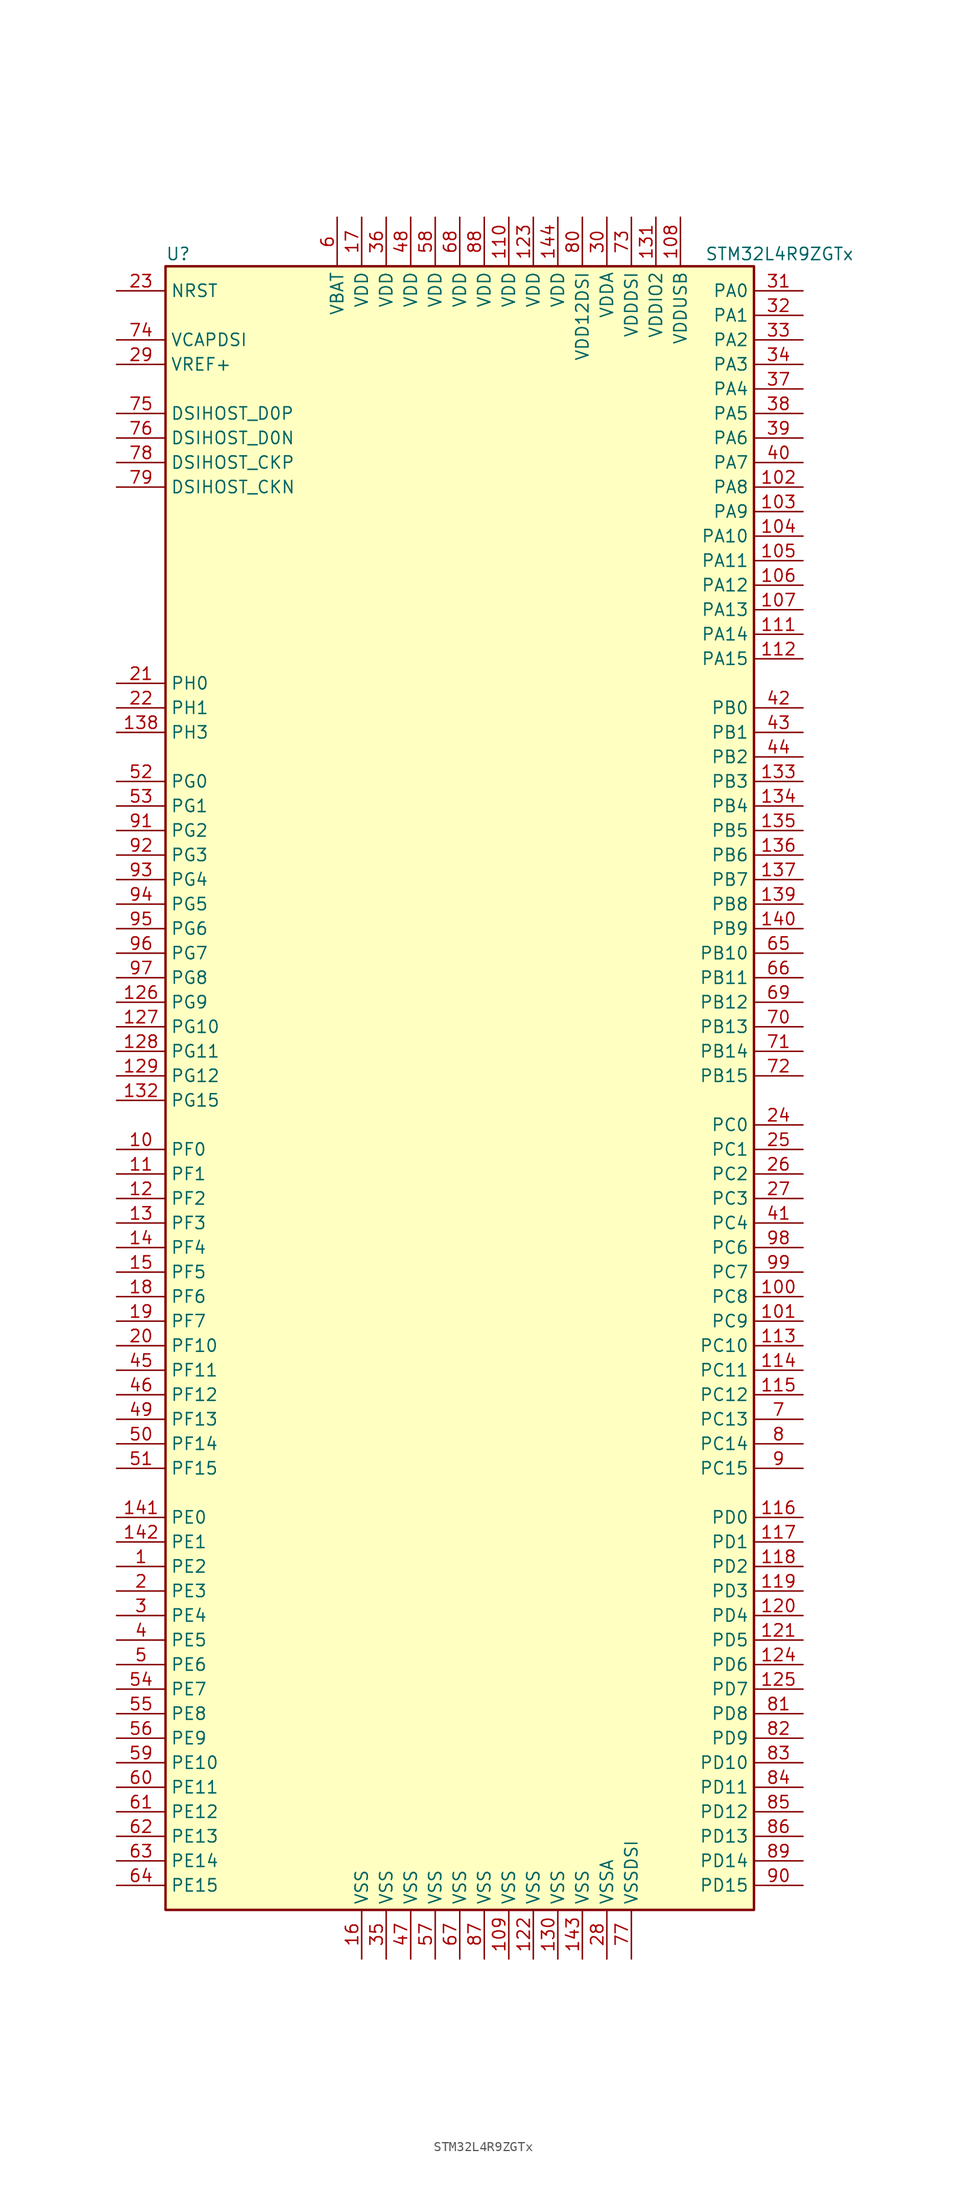
<source format=kicad_sym>
(kicad_symbol_lib
  (version 20220914)
  (generator kicad_symbol_editor)
  (symbol "STM32L4R9ZGTx"
    (property "Reference" "U"
      (at -30.48 85.09 0)
      (effects (font (size 1.27 1.27)) (justify left)))
    (property "Value" "STM32L4R9ZGTx"
      (at 25.4 85.09 0)
      (effects (font (size 1.27 1.27)) (justify left)))
    (symbol "STM32L4R9ZGTx_0_1"
      (rectangle (start -30.48 -86.36) (end 30.48 83.82) (stroke (width 0.254) (type default)) (fill (type background))))
    (symbol "STM32L4R9ZGTx_1_1"
      (pin bidirectional line (at -35.56 -50.8 0) (length 5.08) (name "PE2" (effects (font (size 1.27 1.27)))) (number "1" (effects (font (size 1.27 1.27)))))
      (pin bidirectional line (at -35.56 -7.62 0) (length 5.08) (name "PF0" (effects (font (size 1.27 1.27)))) (number "10" (effects (font (size 1.27 1.27)))))
      (pin bidirectional line (at 35.56 -22.86 180) (length 5.08) (name "PC8" (effects (font (size 1.27 1.27)))) (number "100" (effects (font (size 1.27 1.27)))))
      (pin bidirectional line (at 35.56 -25.4 180) (length 5.08) (name "PC9" (effects (font (size 1.27 1.27)))) (number "101" (effects (font (size 1.27 1.27)))))
      (pin bidirectional line (at 35.56 60.96 180) (length 5.08) (name "PA8" (effects (font (size 1.27 1.27)))) (number "102" (effects (font (size 1.27 1.27)))))
      (pin bidirectional line (at 35.56 58.42 180) (length 5.08) (name "PA9" (effects (font (size 1.27 1.27)))) (number "103" (effects (font (size 1.27 1.27)))))
      (pin bidirectional line (at 35.56 55.88 180) (length 5.08) (name "PA10" (effects (font (size 1.27 1.27)))) (number "104" (effects (font (size 1.27 1.27)))))
      (pin bidirectional line (at 35.56 53.34 180) (length 5.08) (name "PA11" (effects (font (size 1.27 1.27)))) (number "105" (effects (font (size 1.27 1.27)))))
      (pin bidirectional line (at 35.56 50.8 180) (length 5.08) (name "PA12" (effects (font (size 1.27 1.27)))) (number "106" (effects (font (size 1.27 1.27)))))
      (pin bidirectional line (at 35.56 48.26 180) (length 5.08) (name "PA13" (effects (font (size 1.27 1.27)))) (number "107" (effects (font (size 1.27 1.27)))))
      (pin power_in line (at 22.86 88.9 270) (length 5.08) (name "VDDUSB" (effects (font (size 1.27 1.27)))) (number "108" (effects (font (size 1.27 1.27)))))
      (pin power_in line (at 5.08 -91.44 90) (length 5.08) (name "VSS" (effects (font (size 1.27 1.27)))) (number "109" (effects (font (size 1.27 1.27)))))
      (pin bidirectional line (at -35.56 -10.16 0) (length 5.08) (name "PF1" (effects (font (size 1.27 1.27)))) (number "11" (effects (font (size 1.27 1.27)))))
      (pin power_in line (at 5.08 88.9 270) (length 5.08) (name "VDD" (effects (font (size 1.27 1.27)))) (number "110" (effects (font (size 1.27 1.27)))))
      (pin bidirectional line (at 35.56 45.72 180) (length 5.08) (name "PA14" (effects (font (size 1.27 1.27)))) (number "111" (effects (font (size 1.27 1.27)))))
      (pin bidirectional line (at 35.56 43.18 180) (length 5.08) (name "PA15" (effects (font (size 1.27 1.27)))) (number "112" (effects (font (size 1.27 1.27)))))
      (pin bidirectional line (at 35.56 -27.94 180) (length 5.08) (name "PC10" (effects (font (size 1.27 1.27)))) (number "113" (effects (font (size 1.27 1.27)))))
      (pin bidirectional line (at 35.56 -30.48 180) (length 5.08) (name "PC11" (effects (font (size 1.27 1.27)))) (number "114" (effects (font (size 1.27 1.27)))))
      (pin bidirectional line (at 35.56 -33.02 180) (length 5.08) (name "PC12" (effects (font (size 1.27 1.27)))) (number "115" (effects (font (size 1.27 1.27)))))
      (pin bidirectional line (at 35.56 -45.72 180) (length 5.08) (name "PD0" (effects (font (size 1.27 1.27)))) (number "116" (effects (font (size 1.27 1.27)))))
      (pin bidirectional line (at 35.56 -48.26 180) (length 5.08) (name "PD1" (effects (font (size 1.27 1.27)))) (number "117" (effects (font (size 1.27 1.27)))))
      (pin bidirectional line (at 35.56 -50.8 180) (length 5.08) (name "PD2" (effects (font (size 1.27 1.27)))) (number "118" (effects (font (size 1.27 1.27)))))
      (pin bidirectional line (at 35.56 -53.34 180) (length 5.08) (name "PD3" (effects (font (size 1.27 1.27)))) (number "119" (effects (font (size 1.27 1.27)))))
      (pin bidirectional line (at -35.56 -12.7 0) (length 5.08) (name "PF2" (effects (font (size 1.27 1.27)))) (number "12" (effects (font (size 1.27 1.27)))))
      (pin bidirectional line (at 35.56 -55.88 180) (length 5.08) (name "PD4" (effects (font (size 1.27 1.27)))) (number "120" (effects (font (size 1.27 1.27)))))
      (pin bidirectional line (at 35.56 -58.42 180) (length 5.08) (name "PD5" (effects (font (size 1.27 1.27)))) (number "121" (effects (font (size 1.27 1.27)))))
      (pin power_in line (at 7.62 -91.44 90) (length 5.08) (name "VSS" (effects (font (size 1.27 1.27)))) (number "122" (effects (font (size 1.27 1.27)))))
      (pin power_in line (at 7.62 88.9 270) (length 5.08) (name "VDD" (effects (font (size 1.27 1.27)))) (number "123" (effects (font (size 1.27 1.27)))))
      (pin bidirectional line (at 35.56 -60.96 180) (length 5.08) (name "PD6" (effects (font (size 1.27 1.27)))) (number "124" (effects (font (size 1.27 1.27)))))
      (pin bidirectional line (at 35.56 -63.5 180) (length 5.08) (name "PD7" (effects (font (size 1.27 1.27)))) (number "125" (effects (font (size 1.27 1.27)))))
      (pin bidirectional line (at -35.56 7.62 0) (length 5.08) (name "PG9" (effects (font (size 1.27 1.27)))) (number "126" (effects (font (size 1.27 1.27)))))
      (pin bidirectional line (at -35.56 5.08 0) (length 5.08) (name "PG10" (effects (font (size 1.27 1.27)))) (number "127" (effects (font (size 1.27 1.27)))))
      (pin bidirectional line (at -35.56 2.54 0) (length 5.08) (name "PG11" (effects (font (size 1.27 1.27)))) (number "128" (effects (font (size 1.27 1.27)))))
      (pin bidirectional line (at -35.56 0 0) (length 5.08) (name "PG12" (effects (font (size 1.27 1.27)))) (number "129" (effects (font (size 1.27 1.27)))))
      (pin bidirectional line (at -35.56 -15.24 0) (length 5.08) (name "PF3" (effects (font (size 1.27 1.27)))) (number "13" (effects (font (size 1.27 1.27)))))
      (pin power_in line (at 10.16 -91.44 90) (length 5.08) (name "VSS" (effects (font (size 1.27 1.27)))) (number "130" (effects (font (size 1.27 1.27)))))
      (pin power_in line (at 20.32 88.9 270) (length 5.08) (name "VDDIO2" (effects (font (size 1.27 1.27)))) (number "131" (effects (font (size 1.27 1.27)))))
      (pin bidirectional line (at -35.56 -2.54 0) (length 5.08) (name "PG15" (effects (font (size 1.27 1.27)))) (number "132" (effects (font (size 1.27 1.27)))))
      (pin bidirectional line (at 35.56 30.48 180) (length 5.08) (name "PB3" (effects (font (size 1.27 1.27)))) (number "133" (effects (font (size 1.27 1.27)))))
      (pin bidirectional line (at 35.56 27.94 180) (length 5.08) (name "PB4" (effects (font (size 1.27 1.27)))) (number "134" (effects (font (size 1.27 1.27)))))
      (pin bidirectional line (at 35.56 25.4 180) (length 5.08) (name "PB5" (effects (font (size 1.27 1.27)))) (number "135" (effects (font (size 1.27 1.27)))))
      (pin bidirectional line (at 35.56 22.86 180) (length 5.08) (name "PB6" (effects (font (size 1.27 1.27)))) (number "136" (effects (font (size 1.27 1.27)))))
      (pin bidirectional line (at 35.56 20.32 180) (length 5.08) (name "PB7" (effects (font (size 1.27 1.27)))) (number "137" (effects (font (size 1.27 1.27)))))
      (pin bidirectional line (at -35.56 35.56 0) (length 5.08) (name "PH3" (effects (font (size 1.27 1.27)))) (number "138" (effects (font (size 1.27 1.27)))))
      (pin bidirectional line (at 35.56 17.78 180) (length 5.08) (name "PB8" (effects (font (size 1.27 1.27)))) (number "139" (effects (font (size 1.27 1.27)))))
      (pin bidirectional line (at -35.56 -17.78 0) (length 5.08) (name "PF4" (effects (font (size 1.27 1.27)))) (number "14" (effects (font (size 1.27 1.27)))))
      (pin bidirectional line (at 35.56 15.24 180) (length 5.08) (name "PB9" (effects (font (size 1.27 1.27)))) (number "140" (effects (font (size 1.27 1.27)))))
      (pin bidirectional line (at -35.56 -45.72 0) (length 5.08) (name "PE0" (effects (font (size 1.27 1.27)))) (number "141" (effects (font (size 1.27 1.27)))))
      (pin bidirectional line (at -35.56 -48.26 0) (length 5.08) (name "PE1" (effects (font (size 1.27 1.27)))) (number "142" (effects (font (size 1.27 1.27)))))
      (pin power_in line (at 12.7 -91.44 90) (length 5.08) (name "VSS" (effects (font (size 1.27 1.27)))) (number "143" (effects (font (size 1.27 1.27)))))
      (pin power_in line (at 10.16 88.9 270) (length 5.08) (name "VDD" (effects (font (size 1.27 1.27)))) (number "144" (effects (font (size 1.27 1.27)))))
      (pin bidirectional line (at -35.56 -20.32 0) (length 5.08) (name "PF5" (effects (font (size 1.27 1.27)))) (number "15" (effects (font (size 1.27 1.27)))))
      (pin power_in line (at -10.16 -91.44 90) (length 5.08) (name "VSS" (effects (font (size 1.27 1.27)))) (number "16" (effects (font (size 1.27 1.27)))))
      (pin power_in line (at -10.16 88.9 270) (length 5.08) (name "VDD" (effects (font (size 1.27 1.27)))) (number "17" (effects (font (size 1.27 1.27)))))
      (pin bidirectional line (at -35.56 -22.86 0) (length 5.08) (name "PF6" (effects (font (size 1.27 1.27)))) (number "18" (effects (font (size 1.27 1.27)))))
      (pin bidirectional line (at -35.56 -25.4 0) (length 5.08) (name "PF7" (effects (font (size 1.27 1.27)))) (number "19" (effects (font (size 1.27 1.27)))))
      (pin bidirectional line (at -35.56 -53.34 0) (length 5.08) (name "PE3" (effects (font (size 1.27 1.27)))) (number "2" (effects (font (size 1.27 1.27)))))
      (pin bidirectional line (at -35.56 -27.94 0) (length 5.08) (name "PF10" (effects (font (size 1.27 1.27)))) (number "20" (effects (font (size 1.27 1.27)))))
      (pin input line (at -35.56 40.64 0) (length 5.08) (name "PH0" (effects (font (size 1.27 1.27)))) (number "21" (effects (font (size 1.27 1.27)))))
      (pin input line (at -35.56 38.1 0) (length 5.08) (name "PH1" (effects (font (size 1.27 1.27)))) (number "22" (effects (font (size 1.27 1.27)))))
      (pin input line (at -35.56 81.28 0) (length 5.08) (name "NRST" (effects (font (size 1.27 1.27)))) (number "23" (effects (font (size 1.27 1.27)))))
      (pin bidirectional line (at 35.56 -5.08 180) (length 5.08) (name "PC0" (effects (font (size 1.27 1.27)))) (number "24" (effects (font (size 1.27 1.27)))))
      (pin bidirectional line (at 35.56 -7.62 180) (length 5.08) (name "PC1" (effects (font (size 1.27 1.27)))) (number "25" (effects (font (size 1.27 1.27)))))
      (pin bidirectional line (at 35.56 -10.16 180) (length 5.08) (name "PC2" (effects (font (size 1.27 1.27)))) (number "26" (effects (font (size 1.27 1.27)))))
      (pin bidirectional line (at 35.56 -12.7 180) (length 5.08) (name "PC3" (effects (font (size 1.27 1.27)))) (number "27" (effects (font (size 1.27 1.27)))))
      (pin power_in line (at 15.24 -91.44 90) (length 5.08) (name "VSSA" (effects (font (size 1.27 1.27)))) (number "28" (effects (font (size 1.27 1.27)))))
      (pin bidirectional line (at -35.56 73.66 0) (length 5.08) (name "VREF+" (effects (font (size 1.27 1.27)))) (number "29" (effects (font (size 1.27 1.27)))))
      (pin bidirectional line (at -35.56 -55.88 0) (length 5.08) (name "PE4" (effects (font (size 1.27 1.27)))) (number "3" (effects (font (size 1.27 1.27)))))
      (pin power_in line (at 15.24 88.9 270) (length 5.08) (name "VDDA" (effects (font (size 1.27 1.27)))) (number "30" (effects (font (size 1.27 1.27)))))
      (pin bidirectional line (at 35.56 81.28 180) (length 5.08) (name "PA0" (effects (font (size 1.27 1.27)))) (number "31" (effects (font (size 1.27 1.27)))))
      (pin bidirectional line (at 35.56 78.74 180) (length 5.08) (name "PA1" (effects (font (size 1.27 1.27)))) (number "32" (effects (font (size 1.27 1.27)))))
      (pin bidirectional line (at 35.56 76.2 180) (length 5.08) (name "PA2" (effects (font (size 1.27 1.27)))) (number "33" (effects (font (size 1.27 1.27)))))
      (pin bidirectional line (at 35.56 73.66 180) (length 5.08) (name "PA3" (effects (font (size 1.27 1.27)))) (number "34" (effects (font (size 1.27 1.27)))))
      (pin power_in line (at -7.62 -91.44 90) (length 5.08) (name "VSS" (effects (font (size 1.27 1.27)))) (number "35" (effects (font (size 1.27 1.27)))))
      (pin power_in line (at -7.62 88.9 270) (length 5.08) (name "VDD" (effects (font (size 1.27 1.27)))) (number "36" (effects (font (size 1.27 1.27)))))
      (pin bidirectional line (at 35.56 71.12 180) (length 5.08) (name "PA4" (effects (font (size 1.27 1.27)))) (number "37" (effects (font (size 1.27 1.27)))))
      (pin bidirectional line (at 35.56 68.58 180) (length 5.08) (name "PA5" (effects (font (size 1.27 1.27)))) (number "38" (effects (font (size 1.27 1.27)))))
      (pin bidirectional line (at 35.56 66.04 180) (length 5.08) (name "PA6" (effects (font (size 1.27 1.27)))) (number "39" (effects (font (size 1.27 1.27)))))
      (pin bidirectional line (at -35.56 -58.42 0) (length 5.08) (name "PE5" (effects (font (size 1.27 1.27)))) (number "4" (effects (font (size 1.27 1.27)))))
      (pin bidirectional line (at 35.56 63.5 180) (length 5.08) (name "PA7" (effects (font (size 1.27 1.27)))) (number "40" (effects (font (size 1.27 1.27)))))
      (pin bidirectional line (at 35.56 -15.24 180) (length 5.08) (name "PC4" (effects (font (size 1.27 1.27)))) (number "41" (effects (font (size 1.27 1.27)))))
      (pin bidirectional line (at 35.56 38.1 180) (length 5.08) (name "PB0" (effects (font (size 1.27 1.27)))) (number "42" (effects (font (size 1.27 1.27)))))
      (pin bidirectional line (at 35.56 35.56 180) (length 5.08) (name "PB1" (effects (font (size 1.27 1.27)))) (number "43" (effects (font (size 1.27 1.27)))))
      (pin bidirectional line (at 35.56 33.02 180) (length 5.08) (name "PB2" (effects (font (size 1.27 1.27)))) (number "44" (effects (font (size 1.27 1.27)))))
      (pin bidirectional line (at -35.56 -30.48 0) (length 5.08) (name "PF11" (effects (font (size 1.27 1.27)))) (number "45" (effects (font (size 1.27 1.27)))))
      (pin bidirectional line (at -35.56 -33.02 0) (length 5.08) (name "PF12" (effects (font (size 1.27 1.27)))) (number "46" (effects (font (size 1.27 1.27)))))
      (pin power_in line (at -5.08 -91.44 90) (length 5.08) (name "VSS" (effects (font (size 1.27 1.27)))) (number "47" (effects (font (size 1.27 1.27)))))
      (pin power_in line (at -5.08 88.9 270) (length 5.08) (name "VDD" (effects (font (size 1.27 1.27)))) (number "48" (effects (font (size 1.27 1.27)))))
      (pin bidirectional line (at -35.56 -35.56 0) (length 5.08) (name "PF13" (effects (font (size 1.27 1.27)))) (number "49" (effects (font (size 1.27 1.27)))))
      (pin bidirectional line (at -35.56 -60.96 0) (length 5.08) (name "PE6" (effects (font (size 1.27 1.27)))) (number "5" (effects (font (size 1.27 1.27)))))
      (pin bidirectional line (at -35.56 -38.1 0) (length 5.08) (name "PF14" (effects (font (size 1.27 1.27)))) (number "50" (effects (font (size 1.27 1.27)))))
      (pin bidirectional line (at -35.56 -40.64 0) (length 5.08) (name "PF15" (effects (font (size 1.27 1.27)))) (number "51" (effects (font (size 1.27 1.27)))))
      (pin bidirectional line (at -35.56 30.48 0) (length 5.08) (name "PG0" (effects (font (size 1.27 1.27)))) (number "52" (effects (font (size 1.27 1.27)))))
      (pin bidirectional line (at -35.56 27.94 0) (length 5.08) (name "PG1" (effects (font (size 1.27 1.27)))) (number "53" (effects (font (size 1.27 1.27)))))
      (pin bidirectional line (at -35.56 -63.5 0) (length 5.08) (name "PE7" (effects (font (size 1.27 1.27)))) (number "54" (effects (font (size 1.27 1.27)))))
      (pin bidirectional line (at -35.56 -66.04 0) (length 5.08) (name "PE8" (effects (font (size 1.27 1.27)))) (number "55" (effects (font (size 1.27 1.27)))))
      (pin bidirectional line (at -35.56 -68.58 0) (length 5.08) (name "PE9" (effects (font (size 1.27 1.27)))) (number "56" (effects (font (size 1.27 1.27)))))
      (pin power_in line (at -2.54 -91.44 90) (length 5.08) (name "VSS" (effects (font (size 1.27 1.27)))) (number "57" (effects (font (size 1.27 1.27)))))
      (pin power_in line (at -2.54 88.9 270) (length 5.08) (name "VDD" (effects (font (size 1.27 1.27)))) (number "58" (effects (font (size 1.27 1.27)))))
      (pin bidirectional line (at -35.56 -71.12 0) (length 5.08) (name "PE10" (effects (font (size 1.27 1.27)))) (number "59" (effects (font (size 1.27 1.27)))))
      (pin power_in line (at -12.7 88.9 270) (length 5.08) (name "VBAT" (effects (font (size 1.27 1.27)))) (number "6" (effects (font (size 1.27 1.27)))))
      (pin bidirectional line (at -35.56 -73.66 0) (length 5.08) (name "PE11" (effects (font (size 1.27 1.27)))) (number "60" (effects (font (size 1.27 1.27)))))
      (pin bidirectional line (at -35.56 -76.2 0) (length 5.08) (name "PE12" (effects (font (size 1.27 1.27)))) (number "61" (effects (font (size 1.27 1.27)))))
      (pin bidirectional line (at -35.56 -78.74 0) (length 5.08) (name "PE13" (effects (font (size 1.27 1.27)))) (number "62" (effects (font (size 1.27 1.27)))))
      (pin bidirectional line (at -35.56 -81.28 0) (length 5.08) (name "PE14" (effects (font (size 1.27 1.27)))) (number "63" (effects (font (size 1.27 1.27)))))
      (pin bidirectional line (at -35.56 -83.82 0) (length 5.08) (name "PE15" (effects (font (size 1.27 1.27)))) (number "64" (effects (font (size 1.27 1.27)))))
      (pin bidirectional line (at 35.56 12.7 180) (length 5.08) (name "PB10" (effects (font (size 1.27 1.27)))) (number "65" (effects (font (size 1.27 1.27)))))
      (pin bidirectional line (at 35.56 10.16 180) (length 5.08) (name "PB11" (effects (font (size 1.27 1.27)))) (number "66" (effects (font (size 1.27 1.27)))))
      (pin power_in line (at 0 -91.44 90) (length 5.08) (name "VSS" (effects (font (size 1.27 1.27)))) (number "67" (effects (font (size 1.27 1.27)))))
      (pin power_in line (at 0 88.9 270) (length 5.08) (name "VDD" (effects (font (size 1.27 1.27)))) (number "68" (effects (font (size 1.27 1.27)))))
      (pin bidirectional line (at 35.56 7.62 180) (length 5.08) (name "PB12" (effects (font (size 1.27 1.27)))) (number "69" (effects (font (size 1.27 1.27)))))
      (pin bidirectional line (at 35.56 -35.56 180) (length 5.08) (name "PC13" (effects (font (size 1.27 1.27)))) (number "7" (effects (font (size 1.27 1.27)))))
      (pin bidirectional line (at 35.56 5.08 180) (length 5.08) (name "PB13" (effects (font (size 1.27 1.27)))) (number "70" (effects (font (size 1.27 1.27)))))
      (pin bidirectional line (at 35.56 2.54 180) (length 5.08) (name "PB14" (effects (font (size 1.27 1.27)))) (number "71" (effects (font (size 1.27 1.27)))))
      (pin bidirectional line (at 35.56 0 180) (length 5.08) (name "PB15" (effects (font (size 1.27 1.27)))) (number "72" (effects (font (size 1.27 1.27)))))
      (pin power_in line (at 17.78 88.9 270) (length 5.08) (name "VDDDSI" (effects (font (size 1.27 1.27)))) (number "73" (effects (font (size 1.27 1.27)))))
      (pin power_in line (at -35.56 76.2 0) (length 5.08) (name "VCAPDSI" (effects (font (size 1.27 1.27)))) (number "74" (effects (font (size 1.27 1.27)))))
      (pin bidirectional line (at -35.56 68.58 0) (length 5.08) (name "DSIHOST_D0P" (effects (font (size 1.27 1.27)))) (number "75" (effects (font (size 1.27 1.27)))))
      (pin bidirectional line (at -35.56 66.04 0) (length 5.08) (name "DSIHOST_D0N" (effects (font (size 1.27 1.27)))) (number "76" (effects (font (size 1.27 1.27)))))
      (pin power_in line (at 17.78 -91.44 90) (length 5.08) (name "VSSDSI" (effects (font (size 1.27 1.27)))) (number "77" (effects (font (size 1.27 1.27)))))
      (pin bidirectional line (at -35.56 63.5 0) (length 5.08) (name "DSIHOST_CKP" (effects (font (size 1.27 1.27)))) (number "78" (effects (font (size 1.27 1.27)))))
      (pin bidirectional line (at -35.56 60.96 0) (length 5.08) (name "DSIHOST_CKN" (effects (font (size 1.27 1.27)))) (number "79" (effects (font (size 1.27 1.27)))))
      (pin bidirectional line (at 35.56 -38.1 180) (length 5.08) (name "PC14" (effects (font (size 1.27 1.27)))) (number "8" (effects (font (size 1.27 1.27)))))
      (pin power_in line (at 12.7 88.9 270) (length 5.08) (name "VDD12DSI" (effects (font (size 1.27 1.27)))) (number "80" (effects (font (size 1.27 1.27)))))
      (pin bidirectional line (at 35.56 -66.04 180) (length 5.08) (name "PD8" (effects (font (size 1.27 1.27)))) (number "81" (effects (font (size 1.27 1.27)))))
      (pin bidirectional line (at 35.56 -68.58 180) (length 5.08) (name "PD9" (effects (font (size 1.27 1.27)))) (number "82" (effects (font (size 1.27 1.27)))))
      (pin bidirectional line (at 35.56 -71.12 180) (length 5.08) (name "PD10" (effects (font (size 1.27 1.27)))) (number "83" (effects (font (size 1.27 1.27)))))
      (pin bidirectional line (at 35.56 -73.66 180) (length 5.08) (name "PD11" (effects (font (size 1.27 1.27)))) (number "84" (effects (font (size 1.27 1.27)))))
      (pin bidirectional line (at 35.56 -76.2 180) (length 5.08) (name "PD12" (effects (font (size 1.27 1.27)))) (number "85" (effects (font (size 1.27 1.27)))))
      (pin bidirectional line (at 35.56 -78.74 180) (length 5.08) (name "PD13" (effects (font (size 1.27 1.27)))) (number "86" (effects (font (size 1.27 1.27)))))
      (pin power_in line (at 2.54 -91.44 90) (length 5.08) (name "VSS" (effects (font (size 1.27 1.27)))) (number "87" (effects (font (size 1.27 1.27)))))
      (pin power_in line (at 2.54 88.9 270) (length 5.08) (name "VDD" (effects (font (size 1.27 1.27)))) (number "88" (effects (font (size 1.27 1.27)))))
      (pin bidirectional line (at 35.56 -81.28 180) (length 5.08) (name "PD14" (effects (font (size 1.27 1.27)))) (number "89" (effects (font (size 1.27 1.27)))))
      (pin bidirectional line (at 35.56 -40.64 180) (length 5.08) (name "PC15" (effects (font (size 1.27 1.27)))) (number "9" (effects (font (size 1.27 1.27)))))
      (pin bidirectional line (at 35.56 -83.82 180) (length 5.08) (name "PD15" (effects (font (size 1.27 1.27)))) (number "90" (effects (font (size 1.27 1.27)))))
      (pin bidirectional line (at -35.56 25.4 0) (length 5.08) (name "PG2" (effects (font (size 1.27 1.27)))) (number "91" (effects (font (size 1.27 1.27)))))
      (pin bidirectional line (at -35.56 22.86 0) (length 5.08) (name "PG3" (effects (font (size 1.27 1.27)))) (number "92" (effects (font (size 1.27 1.27)))))
      (pin bidirectional line (at -35.56 20.32 0) (length 5.08) (name "PG4" (effects (font (size 1.27 1.27)))) (number "93" (effects (font (size 1.27 1.27)))))
      (pin bidirectional line (at -35.56 17.78 0) (length 5.08) (name "PG5" (effects (font (size 1.27 1.27)))) (number "94" (effects (font (size 1.27 1.27)))))
      (pin bidirectional line (at -35.56 15.24 0) (length 5.08) (name "PG6" (effects (font (size 1.27 1.27)))) (number "95" (effects (font (size 1.27 1.27)))))
      (pin bidirectional line (at -35.56 12.7 0) (length 5.08) (name "PG7" (effects (font (size 1.27 1.27)))) (number "96" (effects (font (size 1.27 1.27)))))
      (pin bidirectional line (at -35.56 10.16 0) (length 5.08) (name "PG8" (effects (font (size 1.27 1.27)))) (number "97" (effects (font (size 1.27 1.27)))))
      (pin bidirectional line (at 35.56 -17.78 180) (length 5.08) (name "PC6" (effects (font (size 1.27 1.27)))) (number "98" (effects (font (size 1.27 1.27)))))
      (pin bidirectional line (at 35.56 -20.32 180) (length 5.08) (name "PC7" (effects (font (size 1.27 1.27)))) (number "99" (effects (font (size 1.27 1.27))))))))
</source>
